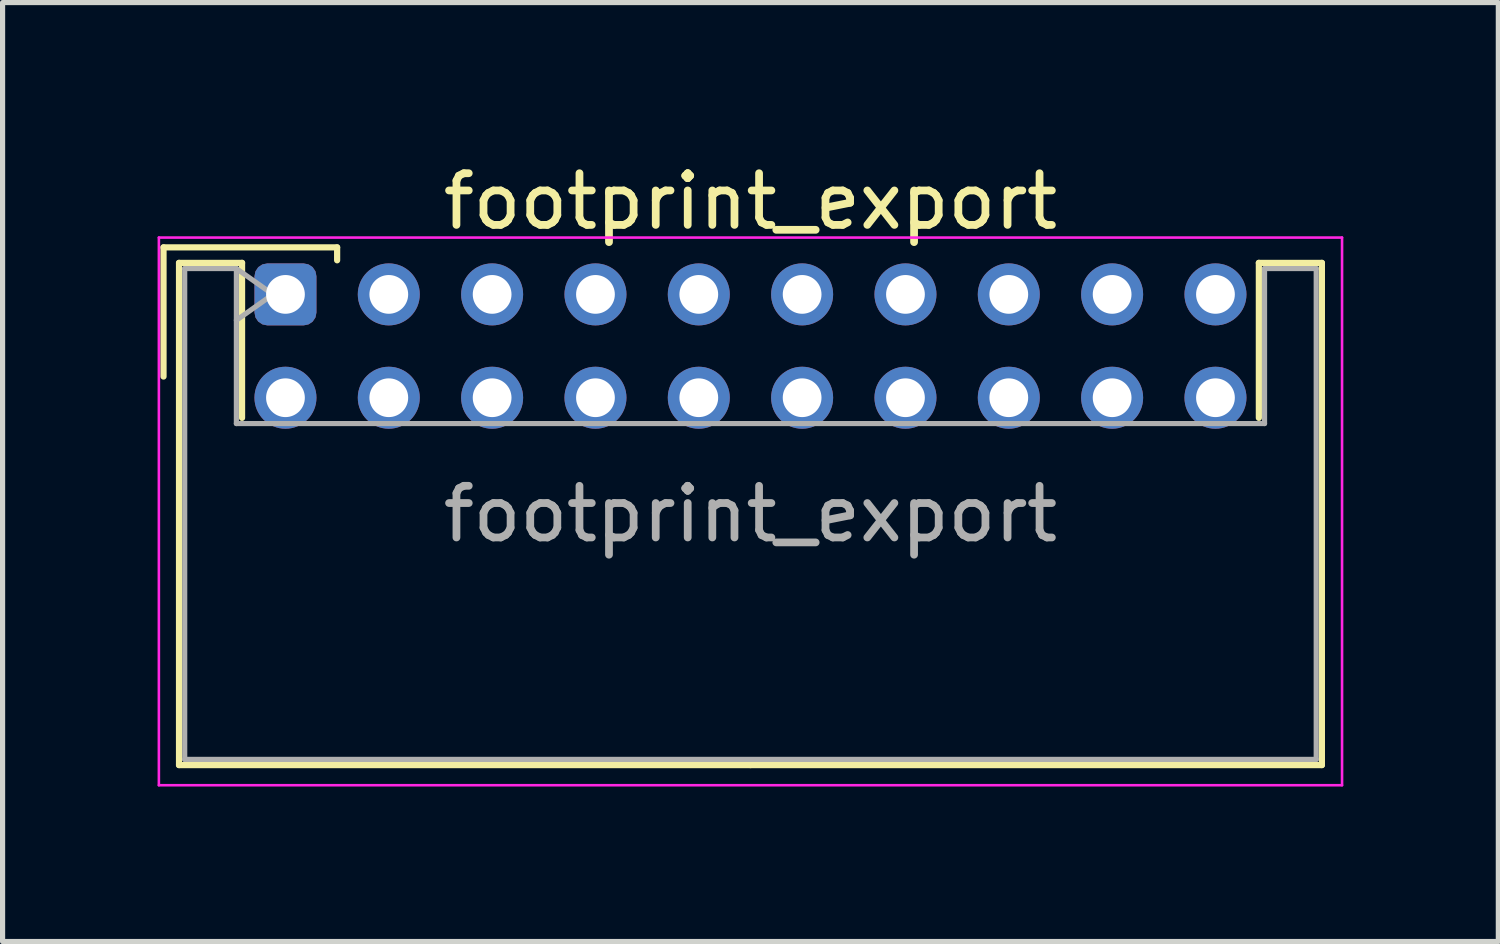
<source format=kicad_pcb>
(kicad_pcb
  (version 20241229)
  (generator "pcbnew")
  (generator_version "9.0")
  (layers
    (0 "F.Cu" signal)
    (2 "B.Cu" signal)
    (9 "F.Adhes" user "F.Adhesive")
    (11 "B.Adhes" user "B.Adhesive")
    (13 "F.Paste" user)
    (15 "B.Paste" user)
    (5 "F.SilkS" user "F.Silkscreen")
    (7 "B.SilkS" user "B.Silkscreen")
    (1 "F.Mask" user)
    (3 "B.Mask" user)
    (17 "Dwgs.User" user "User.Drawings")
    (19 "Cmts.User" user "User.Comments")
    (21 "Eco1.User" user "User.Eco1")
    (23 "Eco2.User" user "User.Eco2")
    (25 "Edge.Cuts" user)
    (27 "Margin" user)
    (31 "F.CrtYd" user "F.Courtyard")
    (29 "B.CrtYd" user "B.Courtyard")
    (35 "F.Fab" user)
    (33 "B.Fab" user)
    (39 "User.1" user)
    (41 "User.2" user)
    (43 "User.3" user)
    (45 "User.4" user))
  (footprint "footprint_export"
    (layer "F.Cu")
    (at 2.475 2.648)
    (property "Reference" "footprint_export" (at 9 -1.8 0) (layer "F.SilkS") (effects (font (size 1 1) (thickness 0.15))))
    (attr through_hole)
    (fp_line (start -2.36 -0.91) (end -2.36 1.59) (stroke (width 0.12) (type solid)) (layer "F.SilkS"))
    (fp_line (start -2.06 -0.61) (end -2.06 9.11) (stroke (width 0.12) (type solid)) (layer "F.SilkS"))
    (fp_line (start -2.06 9.11) (end 9 9.11) (stroke (width 0.12) (type solid)) (layer "F.SilkS"))
    (fp_line (start -0.84 -0.61) (end -2.06 -0.61) (stroke (width 0.12) (type solid)) (layer "F.SilkS"))
    (fp_line (start -0.84 2.39) (end -0.84 -0.61) (stroke (width 0.12) (type solid)) (layer "F.SilkS"))
    (fp_line (start 1 -0.91) (end -2.36 -0.91) (stroke (width 0.12) (type solid)) (layer "F.SilkS"))
    (fp_line (start 1 -0.66) (end 1 -0.91) (stroke (width 0.12) (type solid)) (layer "F.SilkS"))
    (fp_line (start 18.84 -0.61) (end 20.06 -0.61) (stroke (width 0.12) (type solid)) (layer "F.SilkS"))
    (fp_line (start 18.84 2.39) (end 18.84 -0.61) (stroke (width 0.12) (type solid)) (layer "F.SilkS"))
    (fp_line (start 20.06 -0.61) (end 20.06 9.11) (stroke (width 0.12) (type solid)) (layer "F.SilkS"))
    (fp_line (start 20.06 9.11) (end 9 9.11) (stroke (width 0.12) (type solid)) (layer "F.SilkS"))
    (fp_line (start -2.45 -1.1) (end -2.45 9.5) (stroke (width 0.05) (type solid)) (layer "F.CrtYd"))
    (fp_line (start -2.45 9.5) (end 20.45 9.5) (stroke (width 0.05) (type solid)) (layer "F.CrtYd"))
    (fp_line (start 20.45 -1.1) (end -2.45 -1.1) (stroke (width 0.05) (type solid)) (layer "F.CrtYd"))
    (fp_line (start 20.45 9.5) (end 20.45 -1.1) (stroke (width 0.05) (type solid)) (layer "F.CrtYd"))
    (fp_line (start -1.95 -0.5) (end -0.95 -0.5) (stroke (width 0.1) (type solid)) (layer "F.Fab"))
    (fp_line (start -1.95 9) (end -1.95 -0.5) (stroke (width 0.1) (type solid)) (layer "F.Fab"))
    (fp_line (start -0.95 -0.5) (end -0.95 2.5) (stroke (width 0.1) (type solid)) (layer "F.Fab"))
    (fp_line (start -0.95 -0.5) (end -0.243 0) (stroke (width 0.1) (type solid)) (layer "F.Fab"))
    (fp_line (start -0.95 2.5) (end 18.95 2.5) (stroke (width 0.1) (type solid)) (layer "F.Fab"))
    (fp_line (start -0.243 0) (end -0.95 0.5) (stroke (width 0.1) (type solid)) (layer "F.Fab"))
    (fp_line (start 18.95 -0.5) (end 19.95 -0.5) (stroke (width 0.1) (type solid)) (layer "F.Fab"))
    (fp_line (start 18.95 2.5) (end 18.95 -0.5) (stroke (width 0.1) (type solid)) (layer "F.Fab"))
    (fp_line (start 19.95 -0.5) (end 19.95 9) (stroke (width 0.1) (type solid)) (layer "F.Fab"))
    (fp_line (start 19.95 9) (end -1.95 9) (stroke (width 0.1) (type solid)) (layer "F.Fab"))
    (fp_text user "${REFERENCE}" (at 9 4.25 0) (layer "F.Fab") (effects (font (size 1 1) (thickness 0.15))))
    (pad "1" thru_hole roundrect (at 0 0) (size 1.2 1.2) (drill 0.75) (layers "*.Cu" "*.Mask") (roundrect_rratio 0.208))
    (pad "2" thru_hole circle (at 0 2) (size 1.2 1.2) (drill 0.75) (layers "*.Cu" "*.Mask"))
    (pad "3" thru_hole circle (at 2 0) (size 1.2 1.2) (drill 0.75) (layers "*.Cu" "*.Mask"))
    (pad "4" thru_hole circle (at 2 2) (size 1.2 1.2) (drill 0.75) (layers "*.Cu" "*.Mask"))
    (pad "5" thru_hole circle (at 4 0) (size 1.2 1.2) (drill 0.75) (layers "*.Cu" "*.Mask"))
    (pad "6" thru_hole circle (at 4 2) (size 1.2 1.2) (drill 0.75) (layers "*.Cu" "*.Mask"))
    (pad "7" thru_hole circle (at 6 0) (size 1.2 1.2) (drill 0.75) (layers "*.Cu" "*.Mask"))
    (pad "8" thru_hole circle (at 6 2) (size 1.2 1.2) (drill 0.75) (layers "*.Cu" "*.Mask"))
    (pad "9" thru_hole circle (at 8 0) (size 1.2 1.2) (drill 0.75) (layers "*.Cu" "*.Mask"))
    (pad "10" thru_hole circle (at 8 2) (size 1.2 1.2) (drill 0.75) (layers "*.Cu" "*.Mask"))
    (pad "11" thru_hole circle (at 10 0) (size 1.2 1.2) (drill 0.75) (layers "*.Cu" "*.Mask"))
    (pad "12" thru_hole circle (at 10 2) (size 1.2 1.2) (drill 0.75) (layers "*.Cu" "*.Mask"))
    (pad "13" thru_hole circle (at 12 0) (size 1.2 1.2) (drill 0.75) (layers "*.Cu" "*.Mask"))
    (pad "14" thru_hole circle (at 12 2) (size 1.2 1.2) (drill 0.75) (layers "*.Cu" "*.Mask"))
    (pad "15" thru_hole circle (at 14 0) (size 1.2 1.2) (drill 0.75) (layers "*.Cu" "*.Mask"))
    (pad "16" thru_hole circle (at 14 2) (size 1.2 1.2) (drill 0.75) (layers "*.Cu" "*.Mask"))
    (pad "17" thru_hole circle (at 16 0) (size 1.2 1.2) (drill 0.75) (layers "*.Cu" "*.Mask"))
    (pad "18" thru_hole circle (at 16 2) (size 1.2 1.2) (drill 0.75) (layers "*.Cu" "*.Mask"))
    (pad "19" thru_hole circle (at 18 0) (size 1.2 1.2) (drill 0.75) (layers "*.Cu" "*.Mask"))
    (pad "20" thru_hole circle (at 18 2) (size 1.2 1.2) (drill 0.75) (layers "*.Cu" "*.Mask")))
  (gr_rect
    (start -3 -3)
    (end 25.95 15.173)
    (stroke (width 0.1) (type default))
    (fill no)
    (layer "Edge.Cuts")))
</source>
